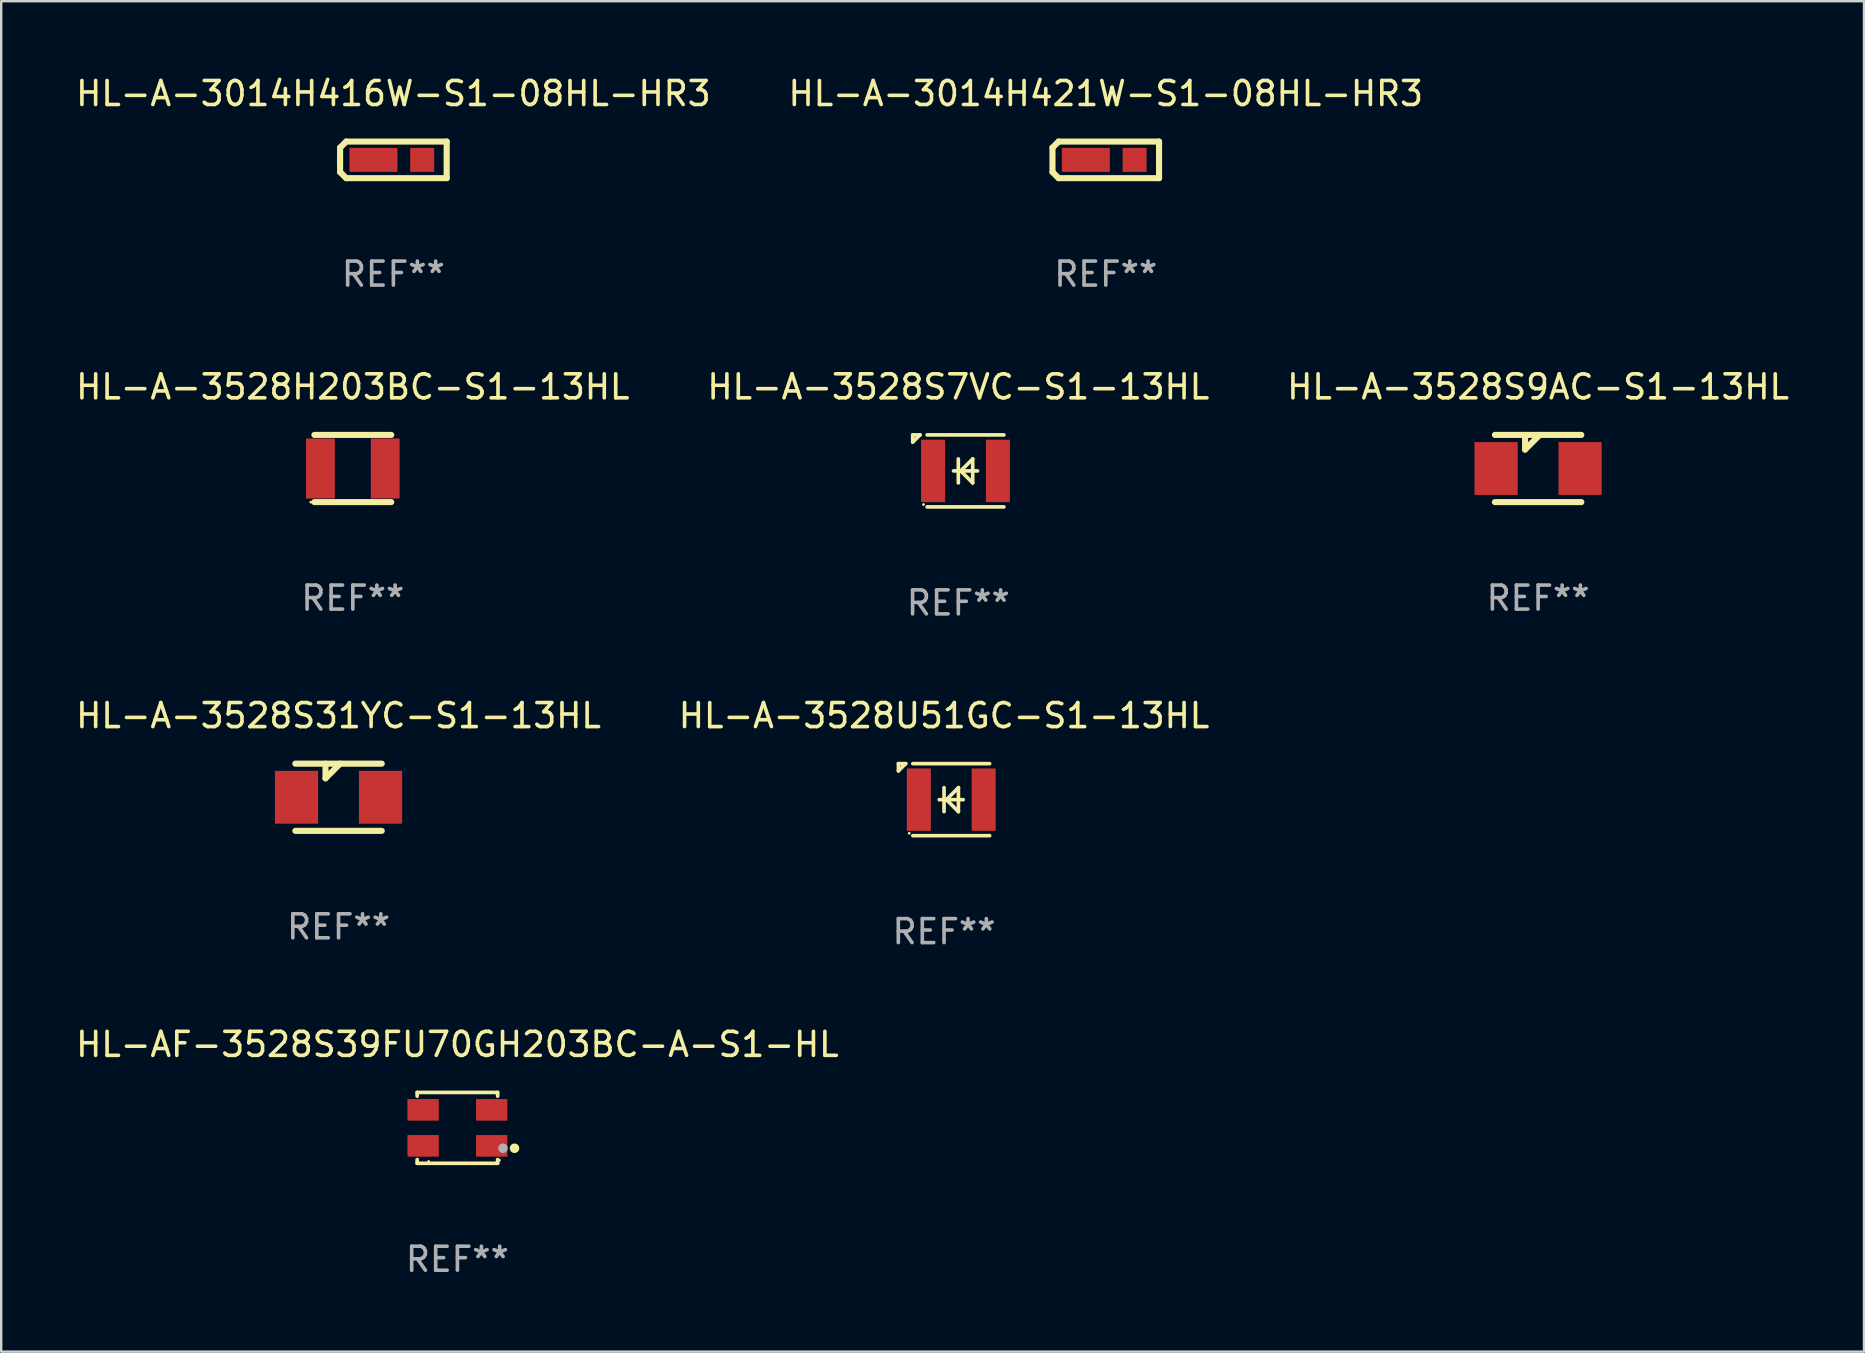
<source format=kicad_pcb>
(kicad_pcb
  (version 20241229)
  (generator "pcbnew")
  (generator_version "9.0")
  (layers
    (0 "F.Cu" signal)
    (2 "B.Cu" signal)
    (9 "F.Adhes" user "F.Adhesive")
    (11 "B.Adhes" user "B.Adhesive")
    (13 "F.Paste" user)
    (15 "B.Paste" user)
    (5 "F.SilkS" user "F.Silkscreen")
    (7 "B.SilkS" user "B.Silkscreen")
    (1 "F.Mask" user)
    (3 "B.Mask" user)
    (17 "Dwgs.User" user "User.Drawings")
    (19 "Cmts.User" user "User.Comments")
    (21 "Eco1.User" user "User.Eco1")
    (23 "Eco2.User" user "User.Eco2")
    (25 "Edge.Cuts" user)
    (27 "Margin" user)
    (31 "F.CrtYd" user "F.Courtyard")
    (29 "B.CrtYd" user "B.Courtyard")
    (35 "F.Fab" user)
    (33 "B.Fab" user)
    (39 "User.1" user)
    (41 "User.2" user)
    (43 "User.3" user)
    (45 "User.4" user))
  (footprint "HL-A-3528S9AC-S1-13HL"
    (layer "F.Cu")
    (at 61.03 16.469)
    (property "Reference" "HL-A-3528S9AC-S1-13HL" (at 0 -3.4 0) (layer "F.SilkS") (effects (font (size 1 1) (thickness 0.15))))
    (attr through_hole)
    (fp_line (start -1.8 -1.4) (end 1.8 -1.4) (stroke (width 0.254) (type solid)) (layer "F.SilkS"))
    (fp_line (start -1.8 1.4) (end 1.8 1.4) (stroke (width 0.254) (type solid)) (layer "F.SilkS"))
    (fp_line (start -0.543 -1.4) (end -0.543 -0.79) (stroke (width 0.254) (type solid)) (layer "F.SilkS"))
    (fp_line (start -0.543 -0.79) (end 0.066 -1.4) (stroke (width 0.254) (type solid)) (layer "F.SilkS"))
    (fp_circle (center -1.6 1.4) (end -1.57 1.4) (stroke (width 0.06) (type solid)) (fill no) (layer "F.SilkS"))
    (fp_text user "REF**" (at 0 5.4 0) (layer "F.Fab") (effects (font (size 1 1) (thickness 0.15))))
    (pad "1" smd rect (at -1.75 0) (size 1.8 2.2) (layers "F.Cu" "F.Mask" "F.Paste"))
    (pad "2" smd rect (at 1.75 0) (size 1.8 2.2) (layers "F.Cu" "F.Mask" "F.Paste")))
  (footprint "HL-A-3528H203BC-S1-13HL"
    (layer "F.Cu")
    (at 11.649 16.469)
    (property "Reference" "HL-A-3528H203BC-S1-13HL" (at 0 -3.4 0) (layer "F.SilkS") (effects (font (size 1 1) (thickness 0.15))))
    (attr through_hole)
    (fp_line (start -1.6 -1.4) (end 1.6 -1.4) (stroke (width 0.254) (type solid)) (layer "F.SilkS"))
    (fp_line (start -1.6 1.4) (end 1.6 1.4) (stroke (width 0.254) (type solid)) (layer "F.SilkS"))
    (fp_circle (center -1.75 1.4) (end -1.72 1.4) (stroke (width 0.06) (type solid)) (fill no) (layer "F.SilkS"))
    (fp_text user "REF**" (at 0 5.4 0) (layer "F.Fab") (effects (font (size 1 1) (thickness 0.15))))
    (pad "1" smd rect (at -1.35 0) (size 1.2 2.5) (layers "F.Cu" "F.Mask" "F.Paste"))
    (pad "2" smd rect (at 1.35 0) (size 1.2 2.5) (layers "F.Cu" "F.Mask" "F.Paste")))
  (footprint "HL-A-3528U51GC-S1-13HL"
    (layer "F.Cu")
    (at 36.28 30.265)
    (property "Reference" "HL-A-3528U51GC-S1-13HL" (at 0 -3.5 0) (layer "F.SilkS") (effects (font (size 1 1) (thickness 0.15))))
    (attr through_hole)
    (fp_line (start -1.9 -1.5) (end -1.9 -1.2) (stroke (width 0.152) (type solid)) (layer "F.SilkS"))
    (fp_line (start -1.689 -1.411) (end -1.9 -1.2) (stroke (width 0.152) (type solid)) (layer "F.SilkS"))
    (fp_line (start -1.6 -1.5) (end -1.661 -1.439) (stroke (width 0.152) (type solid)) (layer "F.SilkS"))
    (fp_line (start -1.6 -1.5) (end -1.9 -1.5) (stroke (width 0.152) (type solid)) (layer "F.SilkS"))
    (fp_line (start -1.6 -1.5) (end -1.6 -1.5) (stroke (width 0.152) (type solid)) (layer "F.SilkS"))
    (fp_line (start -1.3 -1.5) (end 1.9 -1.5) (stroke (width 0.152) (type solid)) (layer "F.SilkS"))
    (fp_line (start -1.3 1.5) (end 1.9 1.5) (stroke (width 0.152) (type solid)) (layer "F.SilkS"))
    (fp_line (start -0.2 0) (end 0.062 0) (stroke (width 0.152) (type solid)) (layer "F.SilkS"))
    (fp_line (start 0 -0.5) (end 0 0.5) (stroke (width 0.152) (type solid)) (layer "F.SilkS"))
    (fp_line (start 0.062 0) (end 0.1 0) (stroke (width 0.152) (type solid)) (layer "F.SilkS"))
    (fp_line (start 0.1 0) (end 0.6 -0.5) (stroke (width 0.152) (type solid)) (layer "F.SilkS"))
    (fp_line (start 0.101 0) (end 0.065 0) (stroke (width 0.152) (type solid)) (layer "F.SilkS"))
    (fp_line (start 0.599 -0.5) (end 0.599 0.5) (stroke (width 0.152) (type solid)) (layer "F.SilkS"))
    (fp_line (start 0.599 0) (end 0.1 0) (stroke (width 0.152) (type solid)) (layer "F.SilkS"))
    (fp_line (start 0.599 0.5) (end 0.101 0) (stroke (width 0.152) (type solid)) (layer "F.SilkS"))
    (fp_line (start 0.8 0) (end 0.599 0) (stroke (width 0.152) (type solid)) (layer "F.SilkS"))
    (fp_circle (center -1.45 1.4) (end -1.42 1.4) (stroke (width 0.06) (type solid)) (fill no) (layer "F.SilkS"))
    (fp_text user "REF**" (at 0 5.5 0) (layer "F.Fab") (effects (font (size 1 1) (thickness 0.15))))
    (pad "1" smd rect (at -1.05 0) (size 1 2.6) (layers "F.Cu" "F.Mask" "F.Paste"))
    (pad "2" smd rect (at 1.65 0) (size 1 2.6) (layers "F.Cu" "F.Mask" "F.Paste")))
  (footprint "HL-A-3014H421W-S1-08HL-HR3"
    (layer "F.Cu")
    (at 43.018 3.61)
    (property "Reference" "HL-A-3014H421W-S1-08HL-HR3" (at 0 -2.762 0) (layer "F.SilkS") (effects (font (size 1 1) (thickness 0.15))))
    (attr through_hole)
    (fp_line (start -2.22 -0.508) (end -1.966 -0.762) (stroke (width 0.254) (type solid)) (layer "F.SilkS"))
    (fp_line (start -2.22 -0.508) (end -2.22 0.508) (stroke (width 0.254) (type solid)) (layer "F.SilkS"))
    (fp_line (start -2.22 0.508) (end -1.966 0.762) (stroke (width 0.254) (type solid)) (layer "F.SilkS"))
    (fp_line (start -1.966 0.762) (end 2.22 0.762) (stroke (width 0.254) (type solid)) (layer "F.SilkS"))
    (fp_line (start 2.22 -0.762) (end -1.966 -0.762) (stroke (width 0.254) (type solid)) (layer "F.SilkS"))
    (fp_line (start 2.22 0.762) (end 2.22 -0.762) (stroke (width 0.254) (type solid)) (layer "F.SilkS"))
    (fp_circle (center -1.51 0.7) (end -1.48 0.7) (stroke (width 0.06) (type solid)) (fill no) (layer "F.SilkS"))
    (fp_text user "REF**" (at 0 4.762 0) (layer "F.Fab") (effects (font (size 1 1) (thickness 0.15))))
    (pad "1" smd rect (at -0.83 0 180) (size 2 1) (layers "F.Cu" "F.Mask" "F.Paste"))
    (pad "2" smd rect (at 1.2 0 180) (size 1 1) (layers "F.Cu" "F.Mask" "F.Paste")))
  (footprint "HL-AF-3528S39FU70GH203BC-A-S1-HL"
    (layer "F.Cu")
    (at 16.006 43.938)
    (property "Reference" "HL-AF-3528S39FU70GH203BC-A-S1-HL" (at 0 -3.476 0) (layer "F.SilkS") (effects (font (size 1 1) (thickness 0.15))))
    (attr through_hole)
    (fp_line (start -1.676 -1.476) (end -1.676 -1.32) (stroke (width 0.152) (type solid)) (layer "F.SilkS"))
    (fp_line (start -1.676 1.476) (end -1.676 1.32) (stroke (width 0.152) (type solid)) (layer "F.SilkS"))
    (fp_line (start 1.676 -1.476) (end -1.676 -1.476) (stroke (width 0.152) (type solid)) (layer "F.SilkS"))
    (fp_line (start 1.676 -1.32) (end 1.676 -1.476) (stroke (width 0.152) (type solid)) (layer "F.SilkS"))
    (fp_line (start 1.676 1.32) (end 1.676 1.476) (stroke (width 0.152) (type solid)) (layer "F.SilkS"))
    (fp_line (start 1.676 1.476) (end -1.676 1.476) (stroke (width 0.152) (type solid)) (layer "F.SilkS"))
    (fp_circle (center -1.2 1.4) (end -1.17 1.4) (stroke (width 0.06) (type solid)) (fill no) (layer "F.SilkS"))
    (fp_circle (center 1.75 1.35) (end 1.78 1.35) (stroke (width 0.06) (type solid)) (fill no) (layer "F.SilkS"))
    (fp_circle (center 2.38 0.85) (end 2.48 0.85) (stroke (width 0.2) (type solid)) (fill no) (layer "F.SilkS"))
    (fp_circle (center 1.9 0.85) (end 2 0.85) (stroke (width 0.2) (type solid)) (fill no) (layer "F.Fab"))
    (fp_text user "REF**" (at 0 5.476 0) (layer "F.Fab") (effects (font (size 1 1) (thickness 0.15))))
    (pad "1" smd rect (at 1.428 0.75 90) (size 0.9 1.305) (layers "F.Cu" "F.Mask" "F.Paste"))
    (pad "2" smd rect (at -1.428 0.75 90) (size 0.9 1.305) (layers "F.Cu" "F.Mask" "F.Paste"))
    (pad "3" smd rect (at -1.428 -0.75 90) (size 0.9 1.305) (layers "F.Cu" "F.Mask" "F.Paste"))
    (pad "4" smd rect (at 1.428 -0.75 90) (size 0.9 1.305) (layers "F.Cu" "F.Mask" "F.Paste")))
  (footprint "HL-A-3528S7VC-S1-13HL"
    (layer "F.Cu")
    (at 36.875 16.569)
    (property "Reference" "HL-A-3528S7VC-S1-13HL" (at 0 -3.5 0) (layer "F.SilkS") (effects (font (size 1 1) (thickness 0.15))))
    (attr through_hole)
    (fp_line (start -1.9 -1.5) (end -1.9 -1.2) (stroke (width 0.152) (type solid)) (layer "F.SilkS"))
    (fp_line (start -1.689 -1.411) (end -1.9 -1.2) (stroke (width 0.152) (type solid)) (layer "F.SilkS"))
    (fp_line (start -1.6 -1.5) (end -1.661 -1.439) (stroke (width 0.152) (type solid)) (layer "F.SilkS"))
    (fp_line (start -1.6 -1.5) (end -1.9 -1.5) (stroke (width 0.152) (type solid)) (layer "F.SilkS"))
    (fp_line (start -1.6 -1.5) (end -1.6 -1.5) (stroke (width 0.152) (type solid)) (layer "F.SilkS"))
    (fp_line (start -1.3 -1.5) (end 1.9 -1.5) (stroke (width 0.152) (type solid)) (layer "F.SilkS"))
    (fp_line (start -1.3 1.5) (end 1.9 1.5) (stroke (width 0.152) (type solid)) (layer "F.SilkS"))
    (fp_line (start -0.2 0) (end 0.062 0) (stroke (width 0.152) (type solid)) (layer "F.SilkS"))
    (fp_line (start 0 -0.5) (end 0 0.5) (stroke (width 0.152) (type solid)) (layer "F.SilkS"))
    (fp_line (start 0.062 0) (end 0.1 0) (stroke (width 0.152) (type solid)) (layer "F.SilkS"))
    (fp_line (start 0.1 0) (end 0.6 -0.5) (stroke (width 0.152) (type solid)) (layer "F.SilkS"))
    (fp_line (start 0.101 0) (end 0.065 0) (stroke (width 0.152) (type solid)) (layer "F.SilkS"))
    (fp_line (start 0.599 -0.5) (end 0.599 0.5) (stroke (width 0.152) (type solid)) (layer "F.SilkS"))
    (fp_line (start 0.599 0) (end 0.1 0) (stroke (width 0.152) (type solid)) (layer "F.SilkS"))
    (fp_line (start 0.599 0.5) (end 0.101 0) (stroke (width 0.152) (type solid)) (layer "F.SilkS"))
    (fp_line (start 0.8 0) (end 0.599 0) (stroke (width 0.152) (type solid)) (layer "F.SilkS"))
    (fp_circle (center -1.45 1.4) (end -1.42 1.4) (stroke (width 0.06) (type solid)) (fill no) (layer "F.SilkS"))
    (fp_text user "REF**" (at 0 5.5 0) (layer "F.Fab") (effects (font (size 1 1) (thickness 0.15))))
    (pad "1" smd rect (at -1.05 0) (size 1 2.6) (layers "F.Cu" "F.Mask" "F.Paste"))
    (pad "2" smd rect (at 1.65 0) (size 1 2.6) (layers "F.Cu" "F.Mask" "F.Paste")))
  (footprint "HL-A-3528S31YC-S1-13HL"
    (layer "F.Cu")
    (at 11.054 30.165)
    (property "Reference" "HL-A-3528S31YC-S1-13HL" (at 0 -3.4 0) (layer "F.SilkS") (effects (font (size 1 1) (thickness 0.15))))
    (attr through_hole)
    (fp_line (start -1.8 -1.4) (end 1.8 -1.4) (stroke (width 0.254) (type solid)) (layer "F.SilkS"))
    (fp_line (start -1.8 1.4) (end 1.8 1.4) (stroke (width 0.254) (type solid)) (layer "F.SilkS"))
    (fp_line (start -0.543 -1.4) (end -0.543 -0.79) (stroke (width 0.254) (type solid)) (layer "F.SilkS"))
    (fp_line (start -0.543 -0.79) (end 0.066 -1.4) (stroke (width 0.254) (type solid)) (layer "F.SilkS"))
    (fp_circle (center -1.75 -1.4) (end -1.72 -1.4) (stroke (width 0.06) (type solid)) (fill no) (layer "F.SilkS"))
    (fp_text user "REF**" (at 0 5.4 0) (layer "F.Fab") (effects (font (size 1 1) (thickness 0.15))))
    (pad "1" smd rect (at -1.75 -0.000051) (size 1.8 2.2) (layers "F.Cu" "F.Mask" "F.Paste"))
    (pad "2" smd rect (at 1.75 -0.000051) (size 1.8 2.2) (layers "F.Cu" "F.Mask" "F.Paste")))
  (footprint "HL-A-3014H416W-S1-08HL-HR3"
    (layer "F.Cu")
    (at 13.339 3.61)
    (property "Reference" "HL-A-3014H416W-S1-08HL-HR3" (at 0 -2.762 0) (layer "F.SilkS") (effects (font (size 1 1) (thickness 0.15))))
    (attr through_hole)
    (fp_line (start -2.22 -0.508) (end -1.966 -0.762) (stroke (width 0.254) (type solid)) (layer "F.SilkS"))
    (fp_line (start -2.22 -0.508) (end -2.22 0.508) (stroke (width 0.254) (type solid)) (layer "F.SilkS"))
    (fp_line (start -2.22 0.508) (end -1.966 0.762) (stroke (width 0.254) (type solid)) (layer "F.SilkS"))
    (fp_line (start -1.966 0.762) (end 2.22 0.762) (stroke (width 0.254) (type solid)) (layer "F.SilkS"))
    (fp_line (start 2.22 -0.762) (end -1.966 -0.762) (stroke (width 0.254) (type solid)) (layer "F.SilkS"))
    (fp_line (start 2.22 0.762) (end 2.22 -0.762) (stroke (width 0.254) (type solid)) (layer "F.SilkS"))
    (fp_circle (center -1.51 0.7) (end -1.48 0.7) (stroke (width 0.06) (type solid)) (fill no) (layer "F.SilkS"))
    (fp_text user "REF**" (at 0 4.762 0) (layer "F.Fab") (effects (font (size 1 1) (thickness 0.15))))
    (pad "1" smd rect (at -0.83 0 180) (size 2 1) (layers "F.Cu" "F.Mask" "F.Paste"))
    (pad "2" smd rect (at 1.2 0 180) (size 1 1) (layers "F.Cu" "F.Mask" "F.Paste")))
  (gr_rect
    (start -3 -3)
    (end 74.607 53.262)
    (stroke (width 0.1) (type default))
    (fill no)
    (layer "Edge.Cuts")))
</source>
